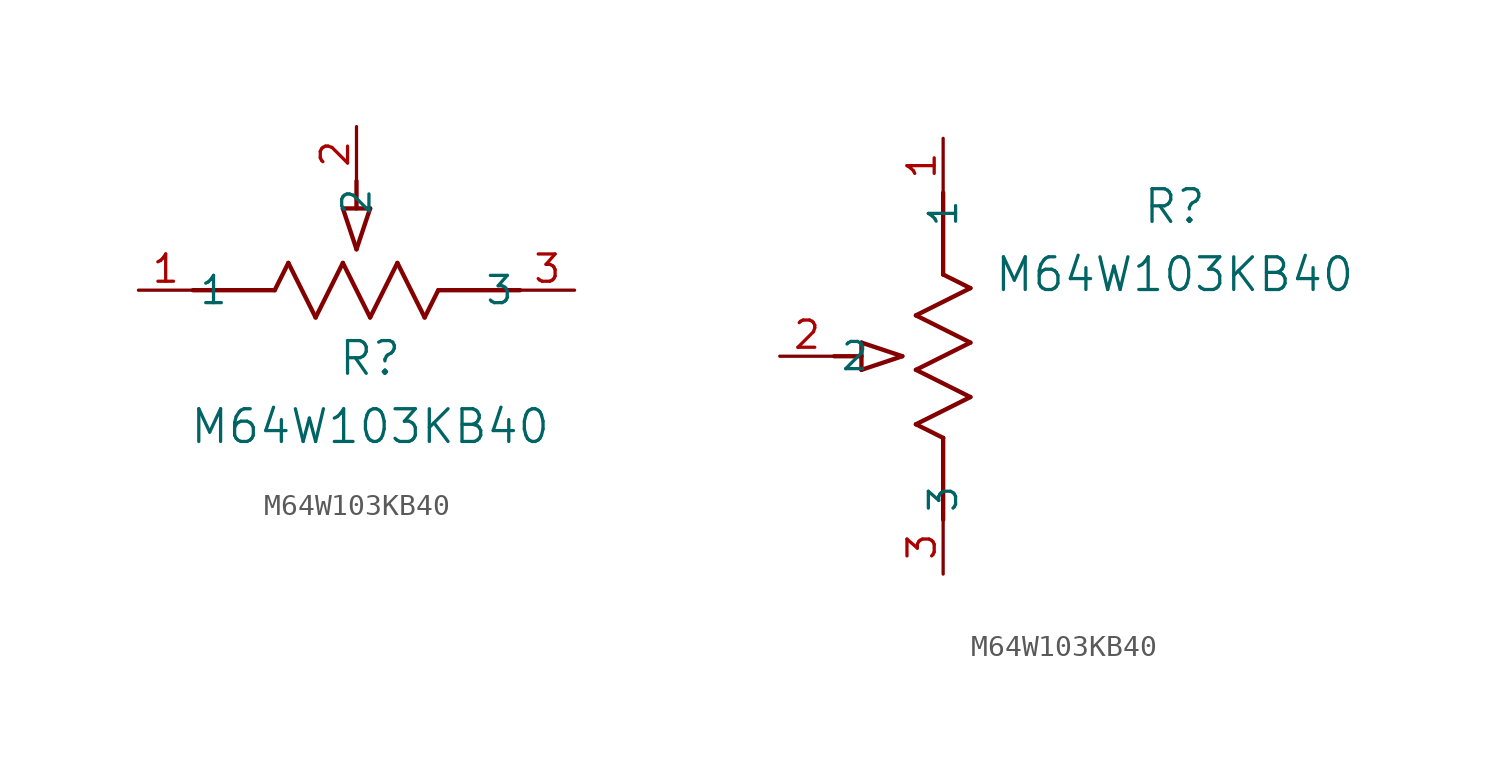
<source format=kicad_sym>
(kicad_symbol_lib
  (version 20211014)
  (generator kicad_symbol_editor)
  (symbol "M64W103KB40"
    (pin_names
      (offset 0.254))
    (property "Reference" "R"
      (at 10.795 -3.175 0)
      (effects (font (size 1.524 1.524))))
    (property "Value" "M64W103KB40"
      (at 10.795 -6.35 0)
      (effects (font (size 1.524 1.524))))
    (symbol "M64W103KB40_1_1"
      (polyline (pts (xy 9.525 3.81) (xy 10.16 1.905)) (stroke (width 0.203) (type default) (color 0 0 0 0)) (fill (type none)))
      (polyline (pts (xy 10.795 3.81) (xy 10.16 1.905)) (stroke (width 0.203) (type default) (color 0 0 0 0)) (fill (type none)))
      (polyline (pts (xy 9.525 3.81) (xy 10.795 3.81)) (stroke (width 0.203) (type default) (color 0 0 0 0)) (fill (type none)))
      (polyline (pts (xy 10.16 3.81) (xy 10.16 5.08)) (stroke (width 0.203) (type default) (color 0 0 0 0)) (fill (type none)))
      (polyline (pts (xy 6.35 0) (xy 6.985 1.27)) (stroke (width 0.203) (type default) (color 0 0 0 0)) (fill (type none)))
      (polyline (pts (xy 9.525 1.27) (xy 10.795 -1.27)) (stroke (width 0.203) (type default) (color 0 0 0 0)) (fill (type none)))
      (polyline (pts (xy 10.795 -1.27) (xy 12.065 1.27)) (stroke (width 0.203) (type default) (color 0 0 0 0)) (fill (type none)))
      (polyline (pts (xy 8.255 -1.27) (xy 9.525 1.27)) (stroke (width 0.203) (type default) (color 0 0 0 0)) (fill (type none)))
      (polyline (pts (xy 6.985 1.27) (xy 8.255 -1.27)) (stroke (width 0.203) (type default) (color 0 0 0 0)) (fill (type none)))
      (polyline (pts (xy 13.335 -1.27) (xy 13.97 0)) (stroke (width 0.203) (type default) (color 0 0 0 0)) (fill (type none)))
      (polyline (pts (xy 13.97 0) (xy 17.78 0)) (stroke (width 0.203) (type default) (color 0 0 0 0)) (fill (type none)))
      (polyline (pts (xy 2.54 0) (xy 6.35 0)) (stroke (width 0.203) (type default) (color 0 0 0 0)) (fill (type none)))
      (polyline (pts (xy 12.065 1.27) (xy 13.335 -1.27)) (stroke (width 0.203) (type default) (color 0 0 0 0)) (fill (type none)))
      (pin unspecified line (at 20.32 0 180) (length 2.54) (name "3" (effects (font (size 1.27 1.27)))) (number "3" (effects (font (size 1.27 1.27)))))
      (pin unspecified line (at 10.16 7.62 270) (length 2.54) (name "2" (effects (font (size 1.27 1.27)))) (number "2" (effects (font (size 1.27 1.27)))))
      (pin unspecified line (at 0 0 0) (length 2.54) (name "1" (effects (font (size 1.27 1.27)))) (number "1" (effects (font (size 1.27 1.27))))))
    (symbol "M64W103KB40_1_2"
      (polyline (pts (xy 0 -13.97) (xy -1.27 -13.335)) (stroke (width 0.203) (type default) (color 0 0 0 0)) (fill (type none)))
      (polyline (pts (xy 0 -17.78) (xy 0 -13.97)) (stroke (width 0.203) (type default) (color 0 0 0 0)) (fill (type none)))
      (polyline (pts (xy -3.81 -10.795) (xy -1.905 -10.16)) (stroke (width 0.203) (type default) (color 0 0 0 0)) (fill (type none)))
      (polyline (pts (xy -3.81 -9.525) (xy -1.905 -10.16)) (stroke (width 0.203) (type default) (color 0 0 0 0)) (fill (type none)))
      (polyline (pts (xy -3.81 -10.795) (xy -3.81 -9.525)) (stroke (width 0.203) (type default) (color 0 0 0 0)) (fill (type none)))
      (polyline (pts (xy 1.27 -12.065) (xy -1.27 -10.795)) (stroke (width 0.203) (type default) (color 0 0 0 0)) (fill (type none)))
      (polyline (pts (xy -1.27 -10.795) (xy 1.27 -9.525)) (stroke (width 0.203) (type default) (color 0 0 0 0)) (fill (type none)))
      (polyline (pts (xy 1.27 -9.525) (xy -1.27 -8.255)) (stroke (width 0.203) (type default) (color 0 0 0 0)) (fill (type none)))
      (polyline (pts (xy -1.27 -8.255) (xy 1.27 -6.985)) (stroke (width 0.203) (type default) (color 0 0 0 0)) (fill (type none)))
      (polyline (pts (xy 1.27 -6.985) (xy 0 -6.35)) (stroke (width 0.203) (type default) (color 0 0 0 0)) (fill (type none)))
      (polyline (pts (xy -1.27 -13.335) (xy 1.27 -12.065)) (stroke (width 0.203) (type default) (color 0 0 0 0)) (fill (type none)))
      (polyline (pts (xy 0 -6.35) (xy 0 -2.54)) (stroke (width 0.203) (type default) (color 0 0 0 0)) (fill (type none)))
      (polyline (pts (xy -3.81 -10.16) (xy -5.08 -10.16)) (stroke (width 0.203) (type default) (color 0 0 0 0)) (fill (type none)))
      (pin unspecified line (at 0 -20.32 90) (length 2.54) (name "3" (effects (font (size 1.27 1.27)))) (number "3" (effects (font (size 1.27 1.27)))))
      (pin unspecified line (at -7.62 -10.16 0) (length 2.54) (name "2" (effects (font (size 1.27 1.27)))) (number "2" (effects (font (size 1.27 1.27)))))
      (pin unspecified line (at 0 0 270) (length 2.54) (name "1" (effects (font (size 1.27 1.27)))) (number "1" (effects (font (size 1.27 1.27))))))))
</source>
